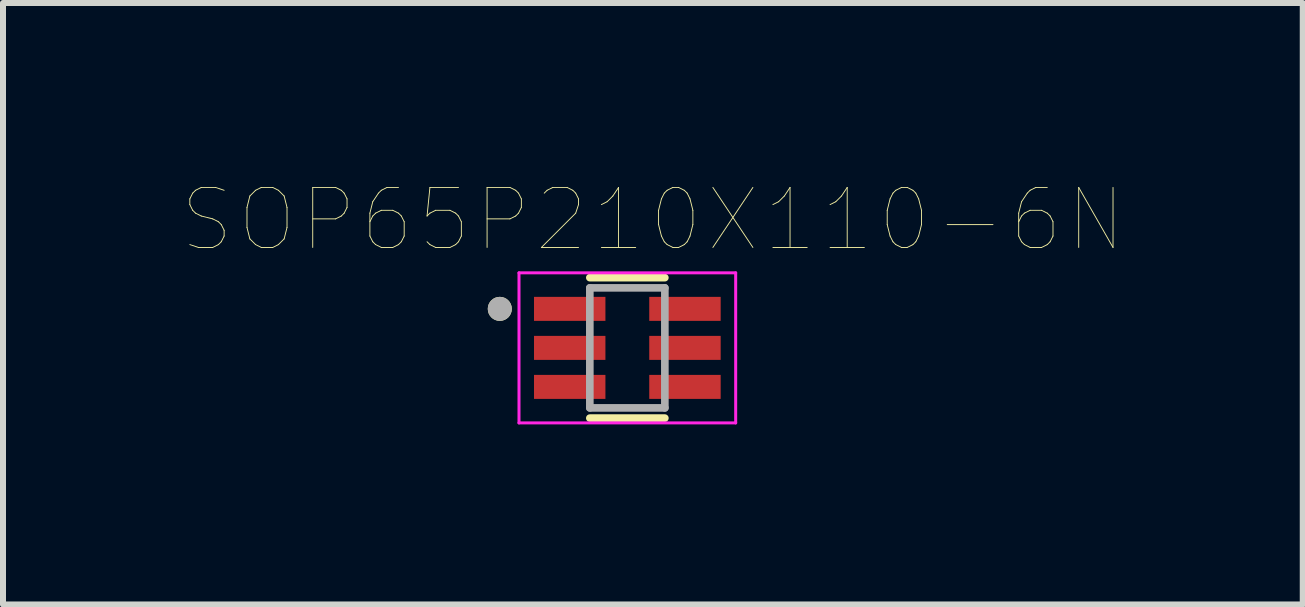
<source format=kicad_pcb>
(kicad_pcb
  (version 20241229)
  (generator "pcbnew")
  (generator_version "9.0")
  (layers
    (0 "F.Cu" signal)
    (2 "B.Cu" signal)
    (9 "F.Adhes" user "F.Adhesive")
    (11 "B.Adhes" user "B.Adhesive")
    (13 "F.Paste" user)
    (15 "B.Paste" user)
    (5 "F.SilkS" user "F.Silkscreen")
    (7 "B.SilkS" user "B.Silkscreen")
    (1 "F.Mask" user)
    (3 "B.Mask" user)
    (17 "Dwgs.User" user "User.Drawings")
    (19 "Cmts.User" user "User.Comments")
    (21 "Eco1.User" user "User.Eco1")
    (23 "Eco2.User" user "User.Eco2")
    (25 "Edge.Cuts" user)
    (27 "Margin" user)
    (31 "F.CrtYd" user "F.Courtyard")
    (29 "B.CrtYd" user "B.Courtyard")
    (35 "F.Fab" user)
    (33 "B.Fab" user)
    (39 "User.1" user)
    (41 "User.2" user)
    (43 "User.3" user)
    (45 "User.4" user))
  (footprint "SOP65P210X110-6N"
    (layer "F.Cu")
    (at 7.402 2.746)
    (property "Reference" "SOP65P210X110-6N" (at 0.425 -2.135 0) (layer "F.SilkS") (effects (font (size 1 1) (thickness 0.015))))
    (attr through_hole)
    (fp_line (start -0.625 -1.17) (end 0.625 -1.17) (stroke (width 0.127) (type solid)) (layer "F.SilkS"))
    (fp_line (start -0.625 1.17) (end 0.625 1.17) (stroke (width 0.127) (type solid)) (layer "F.SilkS"))
    (fp_circle (center -2.125 -0.65) (end -2.025 -0.65) (stroke (width 0.2) (type solid)) (fill no) (layer "F.SilkS"))
    (fp_line (start -1.805 -1.25) (end -1.805 1.25) (stroke (width 0.05) (type solid)) (layer "F.CrtYd"))
    (fp_line (start -1.805 -1.25) (end 1.805 -1.25) (stroke (width 0.05) (type solid)) (layer "F.CrtYd"))
    (fp_line (start -1.805 1.25) (end 1.805 1.25) (stroke (width 0.05) (type solid)) (layer "F.CrtYd"))
    (fp_line (start 1.805 -1.25) (end 1.805 1.25) (stroke (width 0.05) (type solid)) (layer "F.CrtYd"))
    (fp_line (start -0.625 -1) (end -0.625 1) (stroke (width 0.127) (type solid)) (layer "F.Fab"))
    (fp_line (start -0.625 -1) (end 0.625 -1) (stroke (width 0.127) (type solid)) (layer "F.Fab"))
    (fp_line (start -0.625 1) (end 0.625 1) (stroke (width 0.127) (type solid)) (layer "F.Fab"))
    (fp_line (start 0.625 -1) (end 0.625 1) (stroke (width 0.127) (type solid)) (layer "F.Fab"))
    (fp_circle (center -2.125 -0.65) (end -2.025 -0.65) (stroke (width 0.2) (type solid)) (fill no) (layer "F.Fab"))
    (pad "1" smd rect (at -0.96 -0.65) (size 1.19 0.4) (layers "F.Cu" "F.Mask" "F.Paste"))
    (pad "2" smd rect (at -0.96 0) (size 1.19 0.4) (layers "F.Cu" "F.Mask" "F.Paste"))
    (pad "3" smd rect (at -0.96 0.65) (size 1.19 0.4) (layers "F.Cu" "F.Mask" "F.Paste"))
    (pad "4" smd rect (at 0.96 0.65) (size 1.19 0.4) (layers "F.Cu" "F.Mask" "F.Paste"))
    (pad "5" smd rect (at 0.96 0) (size 1.19 0.4) (layers "F.Cu" "F.Mask" "F.Paste"))
    (pad "6" smd rect (at 0.96 -0.65) (size 1.19 0.4) (layers "F.Cu" "F.Mask" "F.Paste")))
  (gr_rect
    (start -3 -3)
    (end 18.655 7.021)
    (stroke (width 0.1) (type default))
    (fill no)
    (layer "Edge.Cuts")))
</source>
